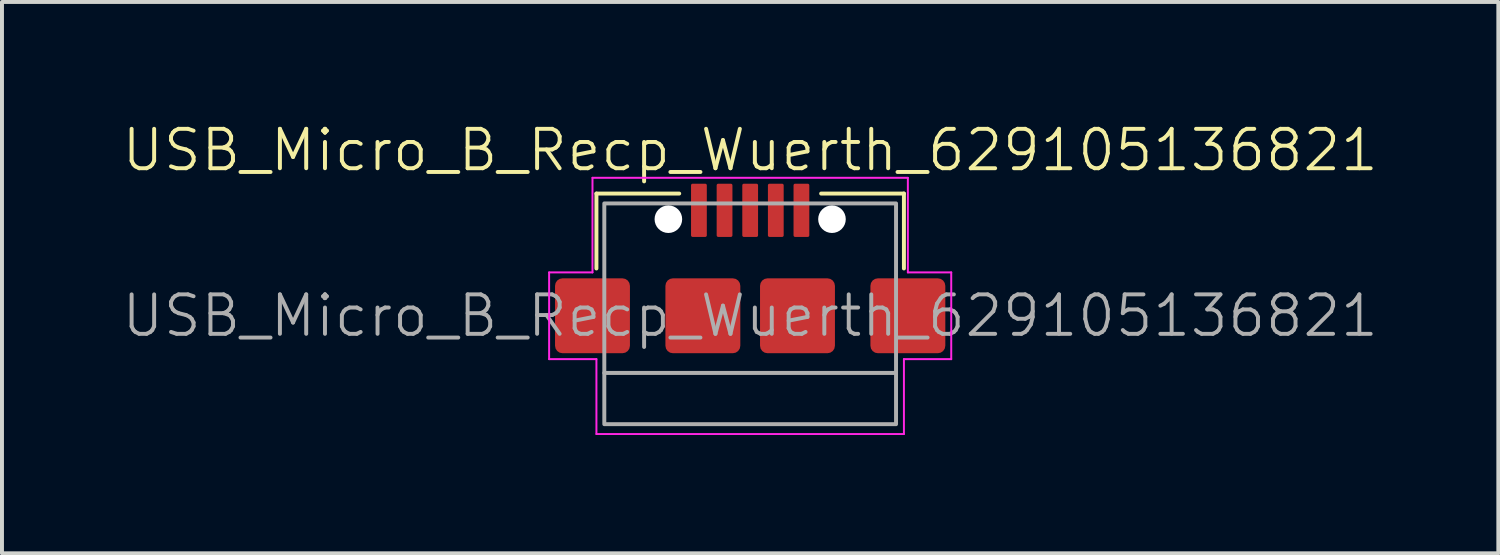
<source format=kicad_pcb>
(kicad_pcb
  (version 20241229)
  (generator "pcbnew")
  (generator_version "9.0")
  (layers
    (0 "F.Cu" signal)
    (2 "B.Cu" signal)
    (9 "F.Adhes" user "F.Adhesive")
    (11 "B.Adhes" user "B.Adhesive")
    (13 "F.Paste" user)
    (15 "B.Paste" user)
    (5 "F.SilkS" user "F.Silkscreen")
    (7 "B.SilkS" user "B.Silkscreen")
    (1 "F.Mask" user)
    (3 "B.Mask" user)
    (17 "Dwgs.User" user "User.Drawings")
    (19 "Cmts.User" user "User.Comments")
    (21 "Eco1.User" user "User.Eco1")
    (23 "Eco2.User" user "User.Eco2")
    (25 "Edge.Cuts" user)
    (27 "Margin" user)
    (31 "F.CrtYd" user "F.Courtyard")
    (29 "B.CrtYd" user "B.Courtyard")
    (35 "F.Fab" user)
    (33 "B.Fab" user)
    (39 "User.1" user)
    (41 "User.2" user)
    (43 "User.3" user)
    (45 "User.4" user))
  (footprint "USB_Micro_B_Recp_Wuerth_629105136821"
    (layer "F.Cu")
    (at 15.979 4.96)
    (property "Reference" "USB_Micro_B_Recp_Wuerth_629105136821" (at 0 -4.2 0) (unlocked yes) (layer "F.SilkS") (effects (font (size 1 1) (thickness 0.1))))
    (attr smd)
    (fp_line (start -3.9 -3.1) (end -3.9 -1.2) (stroke (width 0.1) (type default)) (layer "F.SilkS"))
    (fp_line (start -1.8 -3.1) (end -3.9 -3.1) (stroke (width 0.1) (type default)) (layer "F.SilkS"))
    (fp_line (start 1.8 -3.1) (end 3.9 -3.1) (stroke (width 0.1) (type default)) (layer "F.SilkS"))
    (fp_line (start 3.9 -3.1) (end 3.9 -1.2) (stroke (width 0.1) (type default)) (layer "F.SilkS"))
    (fp_line (start -5.1 -1.1) (end -5.1 1.1) (stroke (width 0.05) (type default)) (layer "F.CrtYd"))
    (fp_line (start -5.1 1.1) (end -3.9 1.1) (stroke (width 0.05) (type default)) (layer "F.CrtYd"))
    (fp_line (start -4 -3.5) (end -4 -1.1) (stroke (width 0.05) (type default)) (layer "F.CrtYd"))
    (fp_line (start -4 -1.1) (end -5.1 -1.1) (stroke (width 0.05) (type default)) (layer "F.CrtYd"))
    (fp_line (start -3.9 1.1) (end -3.9 3) (stroke (width 0.05) (type default)) (layer "F.CrtYd"))
    (fp_line (start -3.9 3) (end 3.9 3) (stroke (width 0.05) (type default)) (layer "F.CrtYd"))
    (fp_line (start 3.9 1.1) (end 5.1 1.1) (stroke (width 0.05) (type default)) (layer "F.CrtYd"))
    (fp_line (start 3.9 3) (end 3.9 1.1) (stroke (width 0.05) (type default)) (layer "F.CrtYd"))
    (fp_line (start 4 -3.5) (end -4 -3.5) (stroke (width 0.05) (type default)) (layer "F.CrtYd"))
    (fp_line (start 4 -1.1) (end 4 -3.5) (stroke (width 0.05) (type default)) (layer "F.CrtYd"))
    (fp_line (start 5.1 -1.1) (end 4 -1.1) (stroke (width 0.05) (type default)) (layer "F.CrtYd"))
    (fp_line (start 5.1 1.1) (end 5.1 -1.1) (stroke (width 0.05) (type default)) (layer "F.CrtYd"))
    (fp_line (start -3.7 1.45) (end 3.7 1.45) (stroke (width 0.1) (type default)) (layer "F.Fab"))
    (fp_rect (start -3.7 -2.85) (end 3.7 2.75) (stroke (width 0.1) (type default)) (fill no) (layer "F.Fab"))
    (fp_text user "${REFERENCE}" (at 0 0 0) (unlocked yes) (layer "F.Fab") (effects (font (size 1 1) (thickness 0.1))))
    (pad "" np_thru_hole circle (at -2.075 -2.45) (size 0.7 0.7) (drill 0.7) (layers "*.Cu" "*.Mask"))
    (pad "" np_thru_hole circle (at 2.075 -2.45) (size 0.7 0.7) (drill 0.7) (layers "*.Cu" "*.Mask"))
    (pad "1" smd roundrect (at -1.3 -2.675) (size 0.4 1.35) (layers "F.Cu" "F.Mask" "F.Paste") (roundrect_rratio 0.1))
    (pad "2" smd roundrect (at -0.65 -2.675) (size 0.4 1.35) (layers "F.Cu" "F.Mask" "F.Paste") (roundrect_rratio 0.1))
    (pad "3" smd roundrect (at 0 -2.675) (size 0.4 1.35) (layers "F.Cu" "F.Mask" "F.Paste") (roundrect_rratio 0.1))
    (pad "4" smd roundrect (at 0.65 -2.675) (size 0.4 1.35) (layers "F.Cu" "F.Mask" "F.Paste") (roundrect_rratio 0.1))
    (pad "5" smd roundrect (at 1.3 -2.675) (size 0.4 1.35) (layers "F.Cu" "F.Mask" "F.Paste") (roundrect_rratio 0.1))
    (pad "6" smd roundrect (at -4 0) (size 1.9 1.9) (layers "F.Cu" "F.Mask" "F.Paste") (roundrect_rratio 0.1))
    (pad "6" smd roundrect (at -1.2 0) (size 1.9 1.9) (layers "F.Cu" "F.Mask" "F.Paste") (roundrect_rratio 0.1))
    (pad "6" smd roundrect (at 1.2 0) (size 1.9 1.9) (layers "F.Cu" "F.Mask" "F.Paste") (roundrect_rratio 0.1))
    (pad "6" smd roundrect (at 4 0) (size 1.9 1.9) (layers "F.Cu" "F.Mask" "F.Paste") (roundrect_rratio 0.1)))
  (gr_rect
    (start -3 -3)
    (end 34.957 10.986)
    (stroke (width 0.1) (type default))
    (fill no)
    (layer "Edge.Cuts")))
</source>
